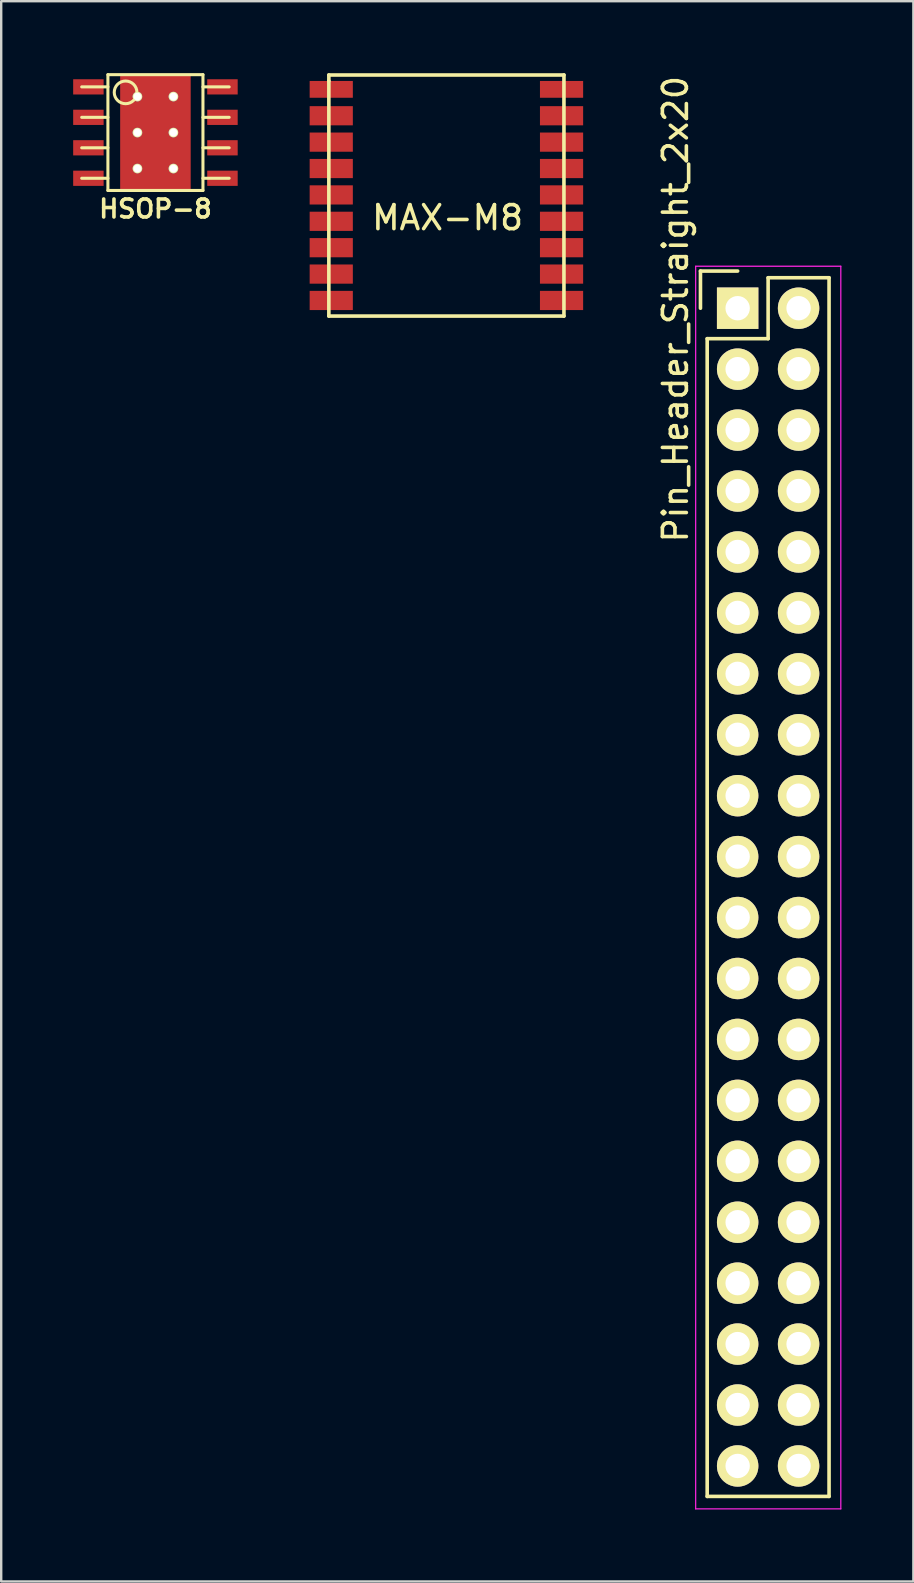
<source format=kicad_pcb>
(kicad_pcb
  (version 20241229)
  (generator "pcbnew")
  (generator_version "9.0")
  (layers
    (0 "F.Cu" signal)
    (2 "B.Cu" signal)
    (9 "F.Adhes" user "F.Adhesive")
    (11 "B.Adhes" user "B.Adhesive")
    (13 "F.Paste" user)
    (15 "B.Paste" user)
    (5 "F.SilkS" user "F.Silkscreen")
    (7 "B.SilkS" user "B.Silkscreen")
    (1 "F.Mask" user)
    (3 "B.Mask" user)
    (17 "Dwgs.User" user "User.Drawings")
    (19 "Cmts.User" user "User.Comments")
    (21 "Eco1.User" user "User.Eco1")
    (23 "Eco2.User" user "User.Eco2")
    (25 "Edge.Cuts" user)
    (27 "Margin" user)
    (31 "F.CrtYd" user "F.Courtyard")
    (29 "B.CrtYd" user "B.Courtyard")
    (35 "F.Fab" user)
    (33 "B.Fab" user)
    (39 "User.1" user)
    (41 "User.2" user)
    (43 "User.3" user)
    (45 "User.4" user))
  (footprint "Pin_Header_Straight_2x20"
    (layer "F.Cu")
    (at 28.969 33.928)
    (property "Reference" "Pin_Header_Straight_2x20" (at -3.863 -24.089 90) (layer "F.SilkS") (effects (font (size 1 1) (thickness 0.15))))
    (attr through_hole)
    (fp_line (start -2.82 -25.68) (end -2.82 -24.13) (stroke (width 0.15) (type solid)) (layer "F.SilkS"))
    (fp_line (start -2.54 -22.86) (end -2.54 25.4) (stroke (width 0.15) (type solid)) (layer "F.SilkS"))
    (fp_line (start -1.27 -25.68) (end -2.82 -25.68) (stroke (width 0.15) (type solid)) (layer "F.SilkS"))
    (fp_line (start 0 -25.4) (end 0 -22.86) (stroke (width 0.15) (type solid)) (layer "F.SilkS"))
    (fp_line (start 0 -22.86) (end -2.54 -22.86) (stroke (width 0.15) (type solid)) (layer "F.SilkS"))
    (fp_line (start 2.54 -25.4) (end 0 -25.4) (stroke (width 0.15) (type solid)) (layer "F.SilkS"))
    (fp_line (start 2.54 25.4) (end -2.54 25.4) (stroke (width 0.15) (type solid)) (layer "F.SilkS"))
    (fp_line (start 2.54 25.4) (end 2.54 -25.4) (stroke (width 0.15) (type solid)) (layer "F.SilkS"))
    (fp_line (start -3.02 -25.88) (end -3.02 25.92) (stroke (width 0.05) (type solid)) (layer "F.CrtYd"))
    (fp_line (start -3.02 -25.88) (end 3.03 -25.88) (stroke (width 0.05) (type solid)) (layer "F.CrtYd"))
    (fp_line (start -3.02 25.92) (end 3.03 25.92) (stroke (width 0.05) (type solid)) (layer "F.CrtYd"))
    (fp_line (start 3.03 -25.88) (end 3.03 25.92) (stroke (width 0.05) (type solid)) (layer "F.CrtYd"))
    (pad "1" thru_hole rect (at -1.27 -24.13) (size 1.727 1.727) (drill 1.016) (layers "*.Cu" "*.Mask" "F.SilkS"))
    (pad "2" thru_hole oval (at 1.27 -24.13) (size 1.727 1.727) (drill 1.016) (layers "*.Cu" "*.Mask" "F.SilkS"))
    (pad "3" thru_hole oval (at -1.27 -21.59) (size 1.727 1.727) (drill 1.016) (layers "*.Cu" "*.Mask" "F.SilkS"))
    (pad "4" thru_hole oval (at 1.27 -21.59) (size 1.727 1.727) (drill 1.016) (layers "*.Cu" "*.Mask" "F.SilkS"))
    (pad "5" thru_hole oval (at -1.27 -19.05) (size 1.727 1.727) (drill 1.016) (layers "*.Cu" "*.Mask" "F.SilkS"))
    (pad "6" thru_hole oval (at 1.27 -19.05) (size 1.727 1.727) (drill 1.016) (layers "*.Cu" "*.Mask" "F.SilkS"))
    (pad "7" thru_hole oval (at -1.27 -16.51) (size 1.727 1.727) (drill 1.016) (layers "*.Cu" "*.Mask" "F.SilkS"))
    (pad "8" thru_hole oval (at 1.27 -16.51) (size 1.727 1.727) (drill 1.016) (layers "*.Cu" "*.Mask" "F.SilkS"))
    (pad "9" thru_hole oval (at -1.27 -13.97) (size 1.727 1.727) (drill 1.016) (layers "*.Cu" "*.Mask" "F.SilkS"))
    (pad "10" thru_hole oval (at 1.27 -13.97) (size 1.727 1.727) (drill 1.016) (layers "*.Cu" "*.Mask" "F.SilkS"))
    (pad "11" thru_hole oval (at -1.27 -11.43) (size 1.727 1.727) (drill 1.016) (layers "*.Cu" "*.Mask" "F.SilkS"))
    (pad "12" thru_hole oval (at 1.27 -11.43) (size 1.727 1.727) (drill 1.016) (layers "*.Cu" "*.Mask" "F.SilkS"))
    (pad "13" thru_hole oval (at -1.27 -8.89) (size 1.727 1.727) (drill 1.016) (layers "*.Cu" "*.Mask" "F.SilkS"))
    (pad "14" thru_hole oval (at 1.27 -8.89) (size 1.727 1.727) (drill 1.016) (layers "*.Cu" "*.Mask" "F.SilkS"))
    (pad "15" thru_hole oval (at -1.27 -6.35) (size 1.727 1.727) (drill 1.016) (layers "*.Cu" "*.Mask" "F.SilkS"))
    (pad "16" thru_hole oval (at 1.27 -6.35) (size 1.727 1.727) (drill 1.016) (layers "*.Cu" "*.Mask" "F.SilkS"))
    (pad "17" thru_hole oval (at -1.27 -3.81) (size 1.727 1.727) (drill 1.016) (layers "*.Cu" "*.Mask" "F.SilkS"))
    (pad "18" thru_hole oval (at 1.27 -3.81) (size 1.727 1.727) (drill 1.016) (layers "*.Cu" "*.Mask" "F.SilkS"))
    (pad "19" thru_hole oval (at -1.27 -1.27) (size 1.727 1.727) (drill 1.016) (layers "*.Cu" "*.Mask" "F.SilkS"))
    (pad "20" thru_hole oval (at 1.27 -1.27) (size 1.727 1.727) (drill 1.016) (layers "*.Cu" "*.Mask" "F.SilkS"))
    (pad "21" thru_hole oval (at -1.27 1.27) (size 1.727 1.727) (drill 1.016) (layers "*.Cu" "*.Mask" "F.SilkS"))
    (pad "22" thru_hole oval (at 1.27 1.27) (size 1.727 1.727) (drill 1.016) (layers "*.Cu" "*.Mask" "F.SilkS"))
    (pad "23" thru_hole oval (at -1.27 3.81) (size 1.727 1.727) (drill 1.016) (layers "*.Cu" "*.Mask" "F.SilkS"))
    (pad "24" thru_hole oval (at 1.27 3.81) (size 1.727 1.727) (drill 1.016) (layers "*.Cu" "*.Mask" "F.SilkS"))
    (pad "25" thru_hole oval (at -1.27 6.35) (size 1.727 1.727) (drill 1.016) (layers "*.Cu" "*.Mask" "F.SilkS"))
    (pad "26" thru_hole oval (at 1.27 6.35) (size 1.727 1.727) (drill 1.016) (layers "*.Cu" "*.Mask" "F.SilkS"))
    (pad "27" thru_hole oval (at -1.27 8.89) (size 1.727 1.727) (drill 1.016) (layers "*.Cu" "*.Mask" "F.SilkS"))
    (pad "28" thru_hole oval (at 1.27 8.89) (size 1.727 1.727) (drill 1.016) (layers "*.Cu" "*.Mask" "F.SilkS"))
    (pad "29" thru_hole oval (at -1.27 11.43) (size 1.727 1.727) (drill 1.016) (layers "*.Cu" "*.Mask" "F.SilkS"))
    (pad "30" thru_hole oval (at 1.27 11.43) (size 1.727 1.727) (drill 1.016) (layers "*.Cu" "*.Mask" "F.SilkS"))
    (pad "31" thru_hole oval (at -1.27 13.97) (size 1.727 1.727) (drill 1.016) (layers "*.Cu" "*.Mask" "F.SilkS"))
    (pad "32" thru_hole oval (at 1.27 13.97) (size 1.727 1.727) (drill 1.016) (layers "*.Cu" "*.Mask" "F.SilkS"))
    (pad "33" thru_hole oval (at -1.27 16.51) (size 1.727 1.727) (drill 1.016) (layers "*.Cu" "*.Mask" "F.SilkS"))
    (pad "34" thru_hole oval (at 1.27 16.51) (size 1.727 1.727) (drill 1.016) (layers "*.Cu" "*.Mask" "F.SilkS"))
    (pad "35" thru_hole oval (at -1.27 19.05) (size 1.727 1.727) (drill 1.016) (layers "*.Cu" "*.Mask" "F.SilkS"))
    (pad "36" thru_hole oval (at 1.27 19.05) (size 1.727 1.727) (drill 1.016) (layers "*.Cu" "*.Mask" "F.SilkS"))
    (pad "37" thru_hole oval (at -1.27 21.59) (size 1.727 1.727) (drill 1.016) (layers "*.Cu" "*.Mask" "F.SilkS"))
    (pad "38" thru_hole oval (at 1.27 21.59) (size 1.727 1.727) (drill 1.016) (layers "*.Cu" "*.Mask" "F.SilkS"))
    (pad "39" thru_hole oval (at -1.27 24.13) (size 1.727 1.727) (drill 1.016) (layers "*.Cu" "*.Mask" "F.SilkS"))
    (pad "40" thru_hole oval (at 1.27 24.13) (size 1.727 1.727) (drill 1.016) (layers "*.Cu" "*.Mask" "F.SilkS")))
  (footprint "MAX-M8"
    (layer "F.Cu")
    (at 15.558 0.675)
    (property "Reference" "MAX-M8" (at 0.05 5.35 0) (layer "F.SilkS") (effects (font (size 1 1) (thickness 0.15))))
    (attr through_hole)
    (fp_line (start -4.9 -0.6) (end 4.9 -0.6) (stroke (width 0.15) (type solid)) (layer "F.SilkS"))
    (fp_line (start -4.9 -0.35) (end -4.9 -0.6) (stroke (width 0.15) (type solid)) (layer "F.SilkS"))
    (fp_line (start -4.9 9.45) (end -4.9 -0.35) (stroke (width 0.15) (type solid)) (layer "F.SilkS"))
    (fp_line (start 4.9 -0.6) (end 4.9 9.45) (stroke (width 0.15) (type solid)) (layer "F.SilkS"))
    (fp_line (start 4.9 9.45) (end -4.9 9.45) (stroke (width 0.15) (type solid)) (layer "F.SilkS"))
    (pad "1" smd rect (at -4.8 0) (size 1.8 0.7) (layers "F.Cu" "F.Mask" "F.Paste"))
    (pad "2" smd rect (at -4.8 1.1) (size 1.8 0.8) (layers "F.Cu" "F.Mask" "F.Paste"))
    (pad "3" smd rect (at -4.8 2.2) (size 1.8 0.8) (layers "F.Cu" "F.Mask" "F.Paste"))
    (pad "4" smd rect (at -4.8 3.3) (size 1.8 0.8) (layers "F.Cu" "F.Mask" "F.Paste"))
    (pad "5" smd rect (at -4.8 4.4) (size 1.8 0.8) (layers "F.Cu" "F.Mask" "F.Paste"))
    (pad "6" smd rect (at -4.8 5.5) (size 1.8 0.8) (layers "F.Cu" "F.Mask" "F.Paste"))
    (pad "7" smd rect (at -4.8 6.6) (size 1.8 0.8) (layers "F.Cu" "F.Mask" "F.Paste"))
    (pad "8" smd rect (at -4.8 7.7) (size 1.8 0.8) (layers "F.Cu" "F.Mask" "F.Paste"))
    (pad "9" smd rect (at -4.8 8.8) (size 1.8 0.8) (layers "F.Cu" "F.Mask" "F.Paste"))
    (pad "10" smd rect (at 4.8 8.8) (size 1.8 0.8) (layers "F.Cu" "F.Mask" "F.Paste"))
    (pad "11" smd rect (at 4.8 7.7) (size 1.8 0.8) (layers "F.Cu" "F.Mask" "F.Paste"))
    (pad "12" smd rect (at 4.8 6.6) (size 1.8 0.8) (layers "F.Cu" "F.Mask" "F.Paste"))
    (pad "13" smd rect (at 4.8 5.5) (size 1.8 0.8) (layers "F.Cu" "F.Mask" "F.Paste"))
    (pad "14" smd rect (at 4.8 4.4) (size 1.8 0.8) (layers "F.Cu" "F.Mask" "F.Paste"))
    (pad "15" smd rect (at 4.8 3.3) (size 1.8 0.8) (layers "F.Cu" "F.Mask" "F.Paste"))
    (pad "16" smd rect (at 4.8 2.2) (size 1.8 0.8) (layers "F.Cu" "F.Mask" "F.Paste"))
    (pad "17" smd rect (at 4.8 1.1) (size 1.8 0.8) (layers "F.Cu" "F.Mask" "F.Paste"))
    (pad "18" smd rect (at 4.8 0) (size 1.8 0.7) (layers "F.Cu" "F.Mask" "F.Paste")))
  (footprint "HSOP-8"
    (layer "F.Cu")
    (at 3.43 2.475)
    (property "Reference" "HSOP-8" (at 0 3.18 0) (layer "F.SilkS") (effects (font (size 0.749 0.749) (thickness 0.15))))
    (attr smd)
    (fp_line (start -3.074 -1.904) (end -1.982 -1.904) (stroke (width 0.127) (type solid)) (layer "F.SilkS"))
    (fp_line (start -3.074 -0.634) (end -1.982 -0.634) (stroke (width 0.127) (type solid)) (layer "F.SilkS"))
    (fp_line (start -3.074 0.636) (end -1.982 0.636) (stroke (width 0.127) (type solid)) (layer "F.SilkS"))
    (fp_line (start -1.982 -2.412) (end -1.982 2.414) (stroke (width 0.127) (type solid)) (layer "F.SilkS"))
    (fp_line (start -1.982 1.906) (end -3.074 1.906) (stroke (width 0.127) (type solid)) (layer "F.SilkS"))
    (fp_line (start -1.982 2.414) (end 1.98 2.414) (stroke (width 0.127) (type solid)) (layer "F.SilkS"))
    (fp_line (start 1.98 -2.412) (end -1.982 -2.412) (stroke (width 0.127) (type solid)) (layer "F.SilkS"))
    (fp_line (start 1.98 -1.904) (end 3.073 -1.904) (stroke (width 0.127) (type solid)) (layer "F.SilkS"))
    (fp_line (start 1.98 -0.634) (end 3.073 -0.634) (stroke (width 0.127) (type solid)) (layer "F.SilkS"))
    (fp_line (start 1.98 0.636) (end 3.073 0.636) (stroke (width 0.127) (type solid)) (layer "F.SilkS"))
    (fp_line (start 1.98 2.414) (end 1.98 -2.412) (stroke (width 0.127) (type solid)) (layer "F.SilkS"))
    (fp_line (start 3.073 1.906) (end 1.98 1.906) (stroke (width 0.127) (type solid)) (layer "F.SilkS"))
    (fp_circle (center -1.245 -1.675) (end -1.626 -1.955) (stroke (width 0.127) (type solid)) (fill no) (layer "F.SilkS"))
    (pad "1" smd rect (at -2.795 -1.904 270) (size 0.635 1.27) (layers "F.Cu" "F.Mask" "F.Paste"))
    (pad "2" smd rect (at -2.795 -0.634 270) (size 0.635 1.27) (layers "F.Cu" "F.Mask" "F.Paste"))
    (pad "3" smd rect (at -2.795 0.636 270) (size 0.635 1.27) (layers "F.Cu" "F.Mask" "F.Paste"))
    (pad "4" smd rect (at -2.795 1.906 270) (size 0.635 1.27) (layers "F.Cu" "F.Mask" "F.Paste"))
    (pad "5" smd rect (at 2.793 1.906 270) (size 0.635 1.27) (layers "F.Cu" "F.Mask" "F.Paste"))
    (pad "6" smd rect (at 2.793 0.636 270) (size 0.635 1.27) (layers "F.Cu" "F.Mask" "F.Paste"))
    (pad "7" smd rect (at 2.793 -0.634 270) (size 0.635 1.27) (layers "F.Cu" "F.Mask" "F.Paste"))
    (pad "8" smd rect (at 2.793 -1.904 270) (size 0.635 1.27) (layers "F.Cu" "F.Mask" "F.Paste"))
    (pad "9" thru_hole circle (at -0.751 -1.499 270) (size 0.4 0.4) (drill 0.33) (layers "*.Cu" "*.Mask" "F.SilkS"))
    (pad "9" thru_hole circle (at -0.751 0.001 270) (size 0.4 0.4) (drill 0.33) (layers "*.Cu" "*.Mask" "F.SilkS"))
    (pad "9" thru_hole circle (at -0.751 1.501 270) (size 0.4 0.4) (drill 0.33) (layers "*.Cu" "*.Mask" "F.SilkS"))
    (pad "9" smd rect (at -0.001 0.001 270) (size 4.89 2.94) (layers "F.Cu" "F.Mask" "F.Paste"))
    (pad "9" thru_hole circle (at 0.749 -1.499 270) (size 0.4 0.4) (drill 0.33) (layers "*.Cu" "*.Mask" "F.SilkS"))
    (pad "9" thru_hole circle (at 0.749 0.001 270) (size 0.4 0.4) (drill 0.33) (layers "*.Cu" "*.Mask" "F.SilkS"))
    (pad "9" thru_hole circle (at 0.749 1.501 270) (size 0.4 0.4) (drill 0.33) (layers "*.Cu" "*.Mask" "F.SilkS")))
  (gr_rect
    (start -3 -3)
    (end 35.024 62.873)
    (stroke (width 0.1) (type default))
    (fill no)
    (layer "Edge.Cuts")))
</source>
